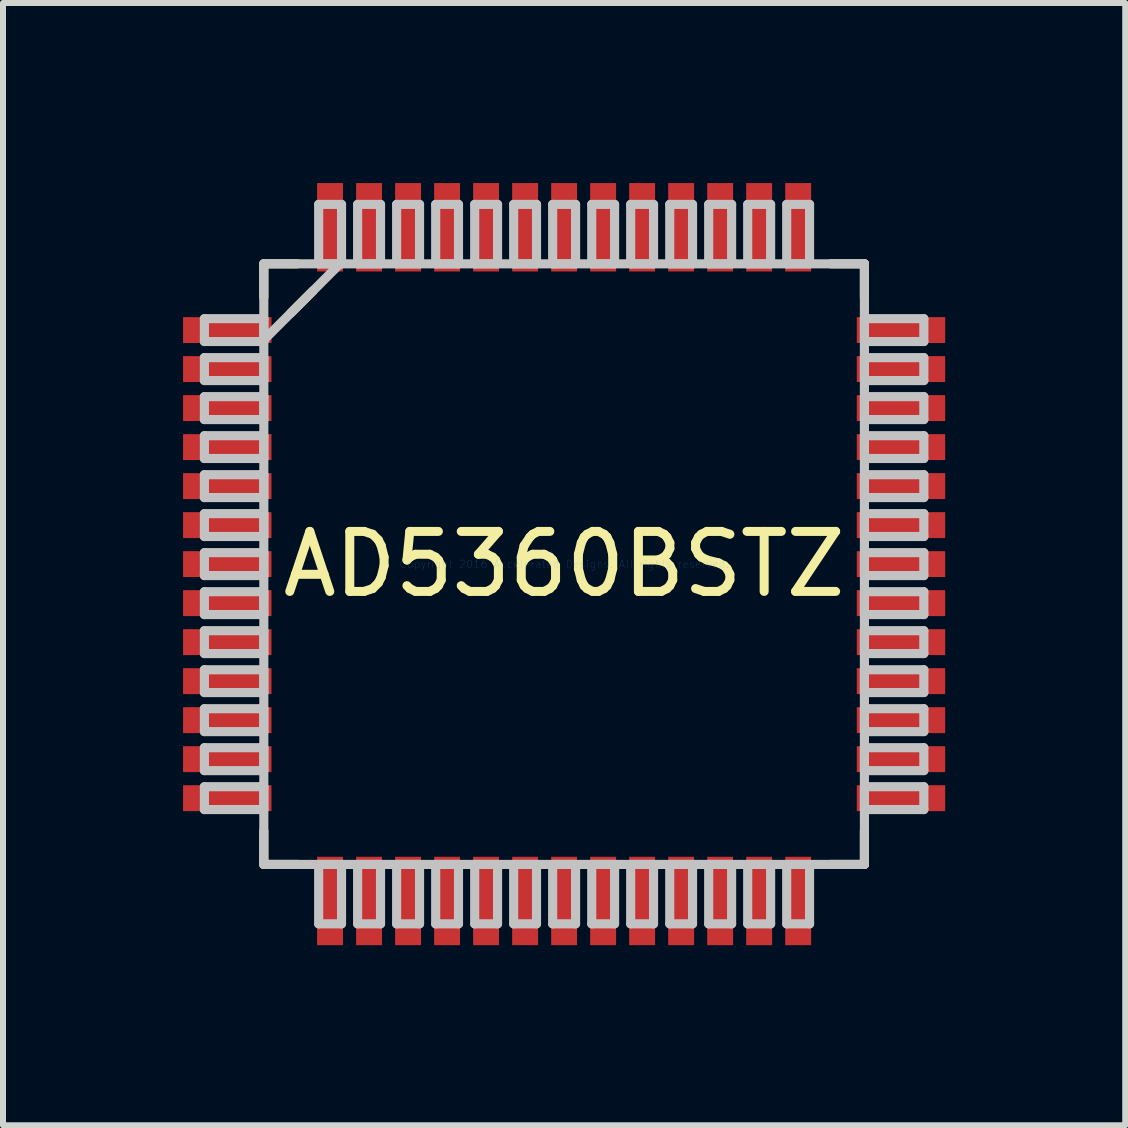
<source format=kicad_pcb>
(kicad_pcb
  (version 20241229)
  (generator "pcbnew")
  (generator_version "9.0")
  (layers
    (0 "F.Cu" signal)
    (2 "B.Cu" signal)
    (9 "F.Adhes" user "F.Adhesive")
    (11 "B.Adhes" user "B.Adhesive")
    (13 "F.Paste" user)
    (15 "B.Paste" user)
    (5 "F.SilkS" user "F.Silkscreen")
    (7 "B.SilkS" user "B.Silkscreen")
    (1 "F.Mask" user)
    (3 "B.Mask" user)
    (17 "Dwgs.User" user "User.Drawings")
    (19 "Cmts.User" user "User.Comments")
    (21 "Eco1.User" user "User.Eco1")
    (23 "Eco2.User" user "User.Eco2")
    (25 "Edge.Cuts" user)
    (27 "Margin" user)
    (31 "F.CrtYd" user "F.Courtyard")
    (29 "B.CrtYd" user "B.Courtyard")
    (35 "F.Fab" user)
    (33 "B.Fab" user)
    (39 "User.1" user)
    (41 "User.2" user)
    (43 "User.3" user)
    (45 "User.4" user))
  (footprint "AD5360BSTZ"
    (layer "F.Cu")
    (at 6.35 6.35)
    (property "Reference" "AD5360BSTZ" (at 0 0 0) (layer "F.SilkS") (effects (font (size 1 1) (thickness 0.15))))
    (attr through_hole)
    (fp_line (start -5.004 -5.004) (end -5.004 -4.446) (stroke (width 0.152) (type solid)) (layer "F.SilkS"))
    (fp_line (start -5.004 4.446) (end -5.004 5.004) (stroke (width 0.152) (type solid)) (layer "F.SilkS"))
    (fp_line (start -5.004 5.004) (end -4.446 5.004) (stroke (width 0.152) (type solid)) (layer "F.SilkS"))
    (fp_line (start -4.554 -4.184) (end -4.184 -4.554) (stroke (width 0.152) (type solid)) (layer "F.SilkS"))
    (fp_line (start -4.446 -5.004) (end -5.004 -5.004) (stroke (width 0.152) (type solid)) (layer "F.SilkS"))
    (fp_line (start 4.446 5.004) (end 5.004 5.004) (stroke (width 0.152) (type solid)) (layer "F.SilkS"))
    (fp_line (start 5.004 -5.004) (end 4.446 -5.004) (stroke (width 0.152) (type solid)) (layer "F.SilkS"))
    (fp_line (start 5.004 -4.446) (end 5.004 -5.004) (stroke (width 0.152) (type solid)) (layer "F.SilkS"))
    (fp_line (start 5.004 5.004) (end 5.004 4.446) (stroke (width 0.152) (type solid)) (layer "F.SilkS"))
    (fp_line (start -5.994 -4.09) (end -5.994 -3.709) (stroke (width 0.152) (type solid)) (layer "Dwgs.User"))
    (fp_line (start -5.994 -3.709) (end -5.004 -3.709) (stroke (width 0.152) (type solid)) (layer "Dwgs.User"))
    (fp_line (start -5.994 -3.441) (end -5.994 -3.059) (stroke (width 0.152) (type solid)) (layer "Dwgs.User"))
    (fp_line (start -5.994 -3.059) (end -5.004 -3.059) (stroke (width 0.152) (type solid)) (layer "Dwgs.User"))
    (fp_line (start -5.994 -2.791) (end -5.994 -2.409) (stroke (width 0.152) (type solid)) (layer "Dwgs.User"))
    (fp_line (start -5.994 -2.409) (end -5.004 -2.409) (stroke (width 0.152) (type solid)) (layer "Dwgs.User"))
    (fp_line (start -5.994 -2.14) (end -5.994 -1.76) (stroke (width 0.152) (type solid)) (layer "Dwgs.User"))
    (fp_line (start -5.994 -1.76) (end -5.004 -1.76) (stroke (width 0.152) (type solid)) (layer "Dwgs.User"))
    (fp_line (start -5.994 -1.49) (end -5.994 -1.109) (stroke (width 0.152) (type solid)) (layer "Dwgs.User"))
    (fp_line (start -5.994 -1.109) (end -5.004 -1.109) (stroke (width 0.152) (type solid)) (layer "Dwgs.User"))
    (fp_line (start -5.994 -0.841) (end -5.994 -0.46) (stroke (width 0.152) (type solid)) (layer "Dwgs.User"))
    (fp_line (start -5.994 -0.46) (end -5.004 -0.46) (stroke (width 0.152) (type solid)) (layer "Dwgs.User"))
    (fp_line (start -5.994 -0.191) (end -5.994 0.191) (stroke (width 0.152) (type solid)) (layer "Dwgs.User"))
    (fp_line (start -5.994 0.191) (end -5.004 0.191) (stroke (width 0.152) (type solid)) (layer "Dwgs.User"))
    (fp_line (start -5.994 0.46) (end -5.994 0.841) (stroke (width 0.152) (type solid)) (layer "Dwgs.User"))
    (fp_line (start -5.994 0.841) (end -5.004 0.841) (stroke (width 0.152) (type solid)) (layer "Dwgs.User"))
    (fp_line (start -5.994 1.109) (end -5.994 1.49) (stroke (width 0.152) (type solid)) (layer "Dwgs.User"))
    (fp_line (start -5.994 1.49) (end -5.004 1.49) (stroke (width 0.152) (type solid)) (layer "Dwgs.User"))
    (fp_line (start -5.994 1.76) (end -5.994 2.14) (stroke (width 0.152) (type solid)) (layer "Dwgs.User"))
    (fp_line (start -5.994 2.14) (end -5.004 2.14) (stroke (width 0.152) (type solid)) (layer "Dwgs.User"))
    (fp_line (start -5.994 2.409) (end -5.994 2.791) (stroke (width 0.152) (type solid)) (layer "Dwgs.User"))
    (fp_line (start -5.994 2.791) (end -5.004 2.791) (stroke (width 0.152) (type solid)) (layer "Dwgs.User"))
    (fp_line (start -5.994 3.059) (end -5.994 3.441) (stroke (width 0.152) (type solid)) (layer "Dwgs.User"))
    (fp_line (start -5.994 3.441) (end -5.004 3.441) (stroke (width 0.152) (type solid)) (layer "Dwgs.User"))
    (fp_line (start -5.994 3.709) (end -5.994 4.09) (stroke (width 0.152) (type solid)) (layer "Dwgs.User"))
    (fp_line (start -5.994 4.09) (end -5.004 4.09) (stroke (width 0.152) (type solid)) (layer "Dwgs.User"))
    (fp_line (start -5.004 -5.004) (end -5.004 5.004) (stroke (width 0.152) (type solid)) (layer "Dwgs.User"))
    (fp_line (start -5.004 -4.09) (end -5.994 -4.09) (stroke (width 0.152) (type solid)) (layer "Dwgs.User"))
    (fp_line (start -5.004 -3.734) (end -3.734 -5.004) (stroke (width 0.152) (type solid)) (layer "Dwgs.User"))
    (fp_line (start -5.004 -3.709) (end -5.004 -4.09) (stroke (width 0.152) (type solid)) (layer "Dwgs.User"))
    (fp_line (start -5.004 -3.441) (end -5.994 -3.441) (stroke (width 0.152) (type solid)) (layer "Dwgs.User"))
    (fp_line (start -5.004 -3.059) (end -5.004 -3.441) (stroke (width 0.152) (type solid)) (layer "Dwgs.User"))
    (fp_line (start -5.004 -2.791) (end -5.994 -2.791) (stroke (width 0.152) (type solid)) (layer "Dwgs.User"))
    (fp_line (start -5.004 -2.409) (end -5.004 -2.791) (stroke (width 0.152) (type solid)) (layer "Dwgs.User"))
    (fp_line (start -5.004 -2.14) (end -5.994 -2.14) (stroke (width 0.152) (type solid)) (layer "Dwgs.User"))
    (fp_line (start -5.004 -1.76) (end -5.004 -2.14) (stroke (width 0.152) (type solid)) (layer "Dwgs.User"))
    (fp_line (start -5.004 -1.49) (end -5.994 -1.49) (stroke (width 0.152) (type solid)) (layer "Dwgs.User"))
    (fp_line (start -5.004 -1.109) (end -5.004 -1.49) (stroke (width 0.152) (type solid)) (layer "Dwgs.User"))
    (fp_line (start -5.004 -0.841) (end -5.994 -0.841) (stroke (width 0.152) (type solid)) (layer "Dwgs.User"))
    (fp_line (start -5.004 -0.46) (end -5.004 -0.841) (stroke (width 0.152) (type solid)) (layer "Dwgs.User"))
    (fp_line (start -5.004 -0.191) (end -5.994 -0.191) (stroke (width 0.152) (type solid)) (layer "Dwgs.User"))
    (fp_line (start -5.004 0.191) (end -5.004 -0.191) (stroke (width 0.152) (type solid)) (layer "Dwgs.User"))
    (fp_line (start -5.004 0.46) (end -5.994 0.46) (stroke (width 0.152) (type solid)) (layer "Dwgs.User"))
    (fp_line (start -5.004 0.841) (end -5.004 0.46) (stroke (width 0.152) (type solid)) (layer "Dwgs.User"))
    (fp_line (start -5.004 1.109) (end -5.994 1.109) (stroke (width 0.152) (type solid)) (layer "Dwgs.User"))
    (fp_line (start -5.004 1.49) (end -5.004 1.109) (stroke (width 0.152) (type solid)) (layer "Dwgs.User"))
    (fp_line (start -5.004 1.76) (end -5.994 1.76) (stroke (width 0.152) (type solid)) (layer "Dwgs.User"))
    (fp_line (start -5.004 2.14) (end -5.004 1.76) (stroke (width 0.152) (type solid)) (layer "Dwgs.User"))
    (fp_line (start -5.004 2.409) (end -5.994 2.409) (stroke (width 0.152) (type solid)) (layer "Dwgs.User"))
    (fp_line (start -5.004 2.791) (end -5.004 2.409) (stroke (width 0.152) (type solid)) (layer "Dwgs.User"))
    (fp_line (start -5.004 3.059) (end -5.994 3.059) (stroke (width 0.152) (type solid)) (layer "Dwgs.User"))
    (fp_line (start -5.004 3.441) (end -5.004 3.059) (stroke (width 0.152) (type solid)) (layer "Dwgs.User"))
    (fp_line (start -5.004 3.709) (end -5.994 3.709) (stroke (width 0.152) (type solid)) (layer "Dwgs.User"))
    (fp_line (start -5.004 4.09) (end -5.004 3.709) (stroke (width 0.152) (type solid)) (layer "Dwgs.User"))
    (fp_line (start -5.004 5.004) (end 5.004 5.004) (stroke (width 0.152) (type solid)) (layer "Dwgs.User"))
    (fp_line (start -4.09 -5.994) (end -4.09 -5.004) (stroke (width 0.152) (type solid)) (layer "Dwgs.User"))
    (fp_line (start -4.09 -5.004) (end -3.709 -5.004) (stroke (width 0.152) (type solid)) (layer "Dwgs.User"))
    (fp_line (start -4.09 5.004) (end -4.09 5.994) (stroke (width 0.152) (type solid)) (layer "Dwgs.User"))
    (fp_line (start -4.09 5.994) (end -3.709 5.994) (stroke (width 0.152) (type solid)) (layer "Dwgs.User"))
    (fp_line (start -3.709 -5.994) (end -4.09 -5.994) (stroke (width 0.152) (type solid)) (layer "Dwgs.User"))
    (fp_line (start -3.709 -5.004) (end -3.709 -5.994) (stroke (width 0.152) (type solid)) (layer "Dwgs.User"))
    (fp_line (start -3.709 5.004) (end -4.09 5.004) (stroke (width 0.152) (type solid)) (layer "Dwgs.User"))
    (fp_line (start -3.709 5.994) (end -3.709 5.004) (stroke (width 0.152) (type solid)) (layer "Dwgs.User"))
    (fp_line (start -3.441 -5.994) (end -3.441 -5.004) (stroke (width 0.152) (type solid)) (layer "Dwgs.User"))
    (fp_line (start -3.441 -5.004) (end -3.059 -5.004) (stroke (width 0.152) (type solid)) (layer "Dwgs.User"))
    (fp_line (start -3.441 5.004) (end -3.441 5.994) (stroke (width 0.152) (type solid)) (layer "Dwgs.User"))
    (fp_line (start -3.441 5.994) (end -3.059 5.994) (stroke (width 0.152) (type solid)) (layer "Dwgs.User"))
    (fp_line (start -3.059 -5.994) (end -3.441 -5.994) (stroke (width 0.152) (type solid)) (layer "Dwgs.User"))
    (fp_line (start -3.059 -5.004) (end -3.059 -5.994) (stroke (width 0.152) (type solid)) (layer "Dwgs.User"))
    (fp_line (start -3.059 5.004) (end -3.441 5.004) (stroke (width 0.152) (type solid)) (layer "Dwgs.User"))
    (fp_line (start -3.059 5.994) (end -3.059 5.004) (stroke (width 0.152) (type solid)) (layer "Dwgs.User"))
    (fp_line (start -2.791 -5.994) (end -2.791 -5.004) (stroke (width 0.152) (type solid)) (layer "Dwgs.User"))
    (fp_line (start -2.791 -5.004) (end -2.409 -5.004) (stroke (width 0.152) (type solid)) (layer "Dwgs.User"))
    (fp_line (start -2.791 5.004) (end -2.791 5.994) (stroke (width 0.152) (type solid)) (layer "Dwgs.User"))
    (fp_line (start -2.791 5.994) (end -2.409 5.994) (stroke (width 0.152) (type solid)) (layer "Dwgs.User"))
    (fp_line (start -2.409 -5.994) (end -2.791 -5.994) (stroke (width 0.152) (type solid)) (layer "Dwgs.User"))
    (fp_line (start -2.409 -5.004) (end -2.409 -5.994) (stroke (width 0.152) (type solid)) (layer "Dwgs.User"))
    (fp_line (start -2.409 5.004) (end -2.791 5.004) (stroke (width 0.152) (type solid)) (layer "Dwgs.User"))
    (fp_line (start -2.409 5.994) (end -2.409 5.004) (stroke (width 0.152) (type solid)) (layer "Dwgs.User"))
    (fp_line (start -2.14 -5.994) (end -2.14 -5.004) (stroke (width 0.152) (type solid)) (layer "Dwgs.User"))
    (fp_line (start -2.14 -5.004) (end -1.76 -5.004) (stroke (width 0.152) (type solid)) (layer "Dwgs.User"))
    (fp_line (start -2.14 5.004) (end -2.14 5.994) (stroke (width 0.152) (type solid)) (layer "Dwgs.User"))
    (fp_line (start -2.14 5.994) (end -1.76 5.994) (stroke (width 0.152) (type solid)) (layer "Dwgs.User"))
    (fp_line (start -1.76 -5.994) (end -2.14 -5.994) (stroke (width 0.152) (type solid)) (layer "Dwgs.User"))
    (fp_line (start -1.76 -5.004) (end -1.76 -5.994) (stroke (width 0.152) (type solid)) (layer "Dwgs.User"))
    (fp_line (start -1.76 5.004) (end -2.14 5.004) (stroke (width 0.152) (type solid)) (layer "Dwgs.User"))
    (fp_line (start -1.76 5.994) (end -1.76 5.004) (stroke (width 0.152) (type solid)) (layer "Dwgs.User"))
    (fp_line (start -1.49 -5.994) (end -1.49 -5.004) (stroke (width 0.152) (type solid)) (layer "Dwgs.User"))
    (fp_line (start -1.49 -5.004) (end -1.109 -5.004) (stroke (width 0.152) (type solid)) (layer "Dwgs.User"))
    (fp_line (start -1.49 5.004) (end -1.49 5.994) (stroke (width 0.152) (type solid)) (layer "Dwgs.User"))
    (fp_line (start -1.49 5.994) (end -1.109 5.994) (stroke (width 0.152) (type solid)) (layer "Dwgs.User"))
    (fp_line (start -1.109 -5.994) (end -1.49 -5.994) (stroke (width 0.152) (type solid)) (layer "Dwgs.User"))
    (fp_line (start -1.109 -5.004) (end -1.109 -5.994) (stroke (width 0.152) (type solid)) (layer "Dwgs.User"))
    (fp_line (start -1.109 5.004) (end -1.49 5.004) (stroke (width 0.152) (type solid)) (layer "Dwgs.User"))
    (fp_line (start -1.109 5.994) (end -1.109 5.004) (stroke (width 0.152) (type solid)) (layer "Dwgs.User"))
    (fp_line (start -0.841 -5.994) (end -0.841 -5.004) (stroke (width 0.152) (type solid)) (layer "Dwgs.User"))
    (fp_line (start -0.841 -5.004) (end -0.46 -5.004) (stroke (width 0.152) (type solid)) (layer "Dwgs.User"))
    (fp_line (start -0.841 5.004) (end -0.841 5.994) (stroke (width 0.152) (type solid)) (layer "Dwgs.User"))
    (fp_line (start -0.841 5.994) (end -0.46 5.994) (stroke (width 0.152) (type solid)) (layer "Dwgs.User"))
    (fp_line (start -0.46 -5.994) (end -0.841 -5.994) (stroke (width 0.152) (type solid)) (layer "Dwgs.User"))
    (fp_line (start -0.46 -5.004) (end -0.46 -5.994) (stroke (width 0.152) (type solid)) (layer "Dwgs.User"))
    (fp_line (start -0.46 5.004) (end -0.841 5.004) (stroke (width 0.152) (type solid)) (layer "Dwgs.User"))
    (fp_line (start -0.46 5.994) (end -0.46 5.004) (stroke (width 0.152) (type solid)) (layer "Dwgs.User"))
    (fp_line (start -0.191 -5.994) (end -0.191 -5.004) (stroke (width 0.152) (type solid)) (layer "Dwgs.User"))
    (fp_line (start -0.191 -5.004) (end 0.191 -5.004) (stroke (width 0.152) (type solid)) (layer "Dwgs.User"))
    (fp_line (start -0.191 5.004) (end -0.191 5.994) (stroke (width 0.152) (type solid)) (layer "Dwgs.User"))
    (fp_line (start -0.191 5.994) (end 0.191 5.994) (stroke (width 0.152) (type solid)) (layer "Dwgs.User"))
    (fp_line (start 0.191 -5.994) (end -0.191 -5.994) (stroke (width 0.152) (type solid)) (layer "Dwgs.User"))
    (fp_line (start 0.191 -5.004) (end 0.191 -5.994) (stroke (width 0.152) (type solid)) (layer "Dwgs.User"))
    (fp_line (start 0.191 5.004) (end -0.191 5.004) (stroke (width 0.152) (type solid)) (layer "Dwgs.User"))
    (fp_line (start 0.191 5.994) (end 0.191 5.004) (stroke (width 0.152) (type solid)) (layer "Dwgs.User"))
    (fp_line (start 0.46 -5.994) (end 0.46 -5.004) (stroke (width 0.152) (type solid)) (layer "Dwgs.User"))
    (fp_line (start 0.46 -5.004) (end 0.841 -5.004) (stroke (width 0.152) (type solid)) (layer "Dwgs.User"))
    (fp_line (start 0.46 5.004) (end 0.46 5.994) (stroke (width 0.152) (type solid)) (layer "Dwgs.User"))
    (fp_line (start 0.46 5.994) (end 0.841 5.994) (stroke (width 0.152) (type solid)) (layer "Dwgs.User"))
    (fp_line (start 0.841 -5.994) (end 0.46 -5.994) (stroke (width 0.152) (type solid)) (layer "Dwgs.User"))
    (fp_line (start 0.841 -5.004) (end 0.841 -5.994) (stroke (width 0.152) (type solid)) (layer "Dwgs.User"))
    (fp_line (start 0.841 5.004) (end 0.46 5.004) (stroke (width 0.152) (type solid)) (layer "Dwgs.User"))
    (fp_line (start 0.841 5.994) (end 0.841 5.004) (stroke (width 0.152) (type solid)) (layer "Dwgs.User"))
    (fp_line (start 1.109 -5.994) (end 1.109 -5.004) (stroke (width 0.152) (type solid)) (layer "Dwgs.User"))
    (fp_line (start 1.109 -5.004) (end 1.49 -5.004) (stroke (width 0.152) (type solid)) (layer "Dwgs.User"))
    (fp_line (start 1.109 5.004) (end 1.109 5.994) (stroke (width 0.152) (type solid)) (layer "Dwgs.User"))
    (fp_line (start 1.109 5.994) (end 1.49 5.994) (stroke (width 0.152) (type solid)) (layer "Dwgs.User"))
    (fp_line (start 1.49 -5.994) (end 1.109 -5.994) (stroke (width 0.152) (type solid)) (layer "Dwgs.User"))
    (fp_line (start 1.49 -5.004) (end 1.49 -5.994) (stroke (width 0.152) (type solid)) (layer "Dwgs.User"))
    (fp_line (start 1.49 5.004) (end 1.109 5.004) (stroke (width 0.152) (type solid)) (layer "Dwgs.User"))
    (fp_line (start 1.49 5.994) (end 1.49 5.004) (stroke (width 0.152) (type solid)) (layer "Dwgs.User"))
    (fp_line (start 1.76 -5.994) (end 1.76 -5.004) (stroke (width 0.152) (type solid)) (layer "Dwgs.User"))
    (fp_line (start 1.76 -5.004) (end 2.14 -5.004) (stroke (width 0.152) (type solid)) (layer "Dwgs.User"))
    (fp_line (start 1.76 5.004) (end 1.76 5.994) (stroke (width 0.152) (type solid)) (layer "Dwgs.User"))
    (fp_line (start 1.76 5.994) (end 2.14 5.994) (stroke (width 0.152) (type solid)) (layer "Dwgs.User"))
    (fp_line (start 2.14 -5.994) (end 1.76 -5.994) (stroke (width 0.152) (type solid)) (layer "Dwgs.User"))
    (fp_line (start 2.14 -5.004) (end 2.14 -5.994) (stroke (width 0.152) (type solid)) (layer "Dwgs.User"))
    (fp_line (start 2.14 5.004) (end 1.76 5.004) (stroke (width 0.152) (type solid)) (layer "Dwgs.User"))
    (fp_line (start 2.14 5.994) (end 2.14 5.004) (stroke (width 0.152) (type solid)) (layer "Dwgs.User"))
    (fp_line (start 2.409 -5.994) (end 2.409 -5.004) (stroke (width 0.152) (type solid)) (layer "Dwgs.User"))
    (fp_line (start 2.409 -5.004) (end 2.791 -5.004) (stroke (width 0.152) (type solid)) (layer "Dwgs.User"))
    (fp_line (start 2.409 5.004) (end 2.409 5.994) (stroke (width 0.152) (type solid)) (layer "Dwgs.User"))
    (fp_line (start 2.409 5.994) (end 2.791 5.994) (stroke (width 0.152) (type solid)) (layer "Dwgs.User"))
    (fp_line (start 2.791 -5.994) (end 2.409 -5.994) (stroke (width 0.152) (type solid)) (layer "Dwgs.User"))
    (fp_line (start 2.791 -5.004) (end 2.791 -5.994) (stroke (width 0.152) (type solid)) (layer "Dwgs.User"))
    (fp_line (start 2.791 5.004) (end 2.409 5.004) (stroke (width 0.152) (type solid)) (layer "Dwgs.User"))
    (fp_line (start 2.791 5.994) (end 2.791 5.004) (stroke (width 0.152) (type solid)) (layer "Dwgs.User"))
    (fp_line (start 3.059 -5.994) (end 3.059 -5.004) (stroke (width 0.152) (type solid)) (layer "Dwgs.User"))
    (fp_line (start 3.059 -5.004) (end 3.441 -5.004) (stroke (width 0.152) (type solid)) (layer "Dwgs.User"))
    (fp_line (start 3.059 5.004) (end 3.059 5.994) (stroke (width 0.152) (type solid)) (layer "Dwgs.User"))
    (fp_line (start 3.059 5.994) (end 3.441 5.994) (stroke (width 0.152) (type solid)) (layer "Dwgs.User"))
    (fp_line (start 3.441 -5.994) (end 3.059 -5.994) (stroke (width 0.152) (type solid)) (layer "Dwgs.User"))
    (fp_line (start 3.441 -5.004) (end 3.441 -5.994) (stroke (width 0.152) (type solid)) (layer "Dwgs.User"))
    (fp_line (start 3.441 5.004) (end 3.059 5.004) (stroke (width 0.152) (type solid)) (layer "Dwgs.User"))
    (fp_line (start 3.441 5.994) (end 3.441 5.004) (stroke (width 0.152) (type solid)) (layer "Dwgs.User"))
    (fp_line (start 3.709 -5.994) (end 3.709 -5.004) (stroke (width 0.152) (type solid)) (layer "Dwgs.User"))
    (fp_line (start 3.709 -5.004) (end 4.09 -5.004) (stroke (width 0.152) (type solid)) (layer "Dwgs.User"))
    (fp_line (start 3.709 5.004) (end 3.709 5.994) (stroke (width 0.152) (type solid)) (layer "Dwgs.User"))
    (fp_line (start 3.709 5.994) (end 4.09 5.994) (stroke (width 0.152) (type solid)) (layer "Dwgs.User"))
    (fp_line (start 4.09 -5.994) (end 3.709 -5.994) (stroke (width 0.152) (type solid)) (layer "Dwgs.User"))
    (fp_line (start 4.09 -5.004) (end 4.09 -5.994) (stroke (width 0.152) (type solid)) (layer "Dwgs.User"))
    (fp_line (start 4.09 5.004) (end 3.709 5.004) (stroke (width 0.152) (type solid)) (layer "Dwgs.User"))
    (fp_line (start 4.09 5.994) (end 4.09 5.004) (stroke (width 0.152) (type solid)) (layer "Dwgs.User"))
    (fp_line (start 5.004 -5.004) (end -5.004 -5.004) (stroke (width 0.152) (type solid)) (layer "Dwgs.User"))
    (fp_line (start 5.004 -4.09) (end 5.004 -3.709) (stroke (width 0.152) (type solid)) (layer "Dwgs.User"))
    (fp_line (start 5.004 -3.709) (end 5.994 -3.709) (stroke (width 0.152) (type solid)) (layer "Dwgs.User"))
    (fp_line (start 5.004 -3.441) (end 5.004 -3.059) (stroke (width 0.152) (type solid)) (layer "Dwgs.User"))
    (fp_line (start 5.004 -3.059) (end 5.994 -3.059) (stroke (width 0.152) (type solid)) (layer "Dwgs.User"))
    (fp_line (start 5.004 -2.791) (end 5.004 -2.409) (stroke (width 0.152) (type solid)) (layer "Dwgs.User"))
    (fp_line (start 5.004 -2.409) (end 5.994 -2.409) (stroke (width 0.152) (type solid)) (layer "Dwgs.User"))
    (fp_line (start 5.004 -2.14) (end 5.004 -1.76) (stroke (width 0.152) (type solid)) (layer "Dwgs.User"))
    (fp_line (start 5.004 -1.76) (end 5.994 -1.76) (stroke (width 0.152) (type solid)) (layer "Dwgs.User"))
    (fp_line (start 5.004 -1.49) (end 5.004 -1.109) (stroke (width 0.152) (type solid)) (layer "Dwgs.User"))
    (fp_line (start 5.004 -1.109) (end 5.994 -1.109) (stroke (width 0.152) (type solid)) (layer "Dwgs.User"))
    (fp_line (start 5.004 -0.841) (end 5.004 -0.46) (stroke (width 0.152) (type solid)) (layer "Dwgs.User"))
    (fp_line (start 5.004 -0.46) (end 5.994 -0.46) (stroke (width 0.152) (type solid)) (layer "Dwgs.User"))
    (fp_line (start 5.004 -0.191) (end 5.004 0.191) (stroke (width 0.152) (type solid)) (layer "Dwgs.User"))
    (fp_line (start 5.004 0.191) (end 5.994 0.191) (stroke (width 0.152) (type solid)) (layer "Dwgs.User"))
    (fp_line (start 5.004 0.46) (end 5.004 0.841) (stroke (width 0.152) (type solid)) (layer "Dwgs.User"))
    (fp_line (start 5.004 0.841) (end 5.994 0.841) (stroke (width 0.152) (type solid)) (layer "Dwgs.User"))
    (fp_line (start 5.004 1.109) (end 5.004 1.49) (stroke (width 0.152) (type solid)) (layer "Dwgs.User"))
    (fp_line (start 5.004 1.49) (end 5.994 1.49) (stroke (width 0.152) (type solid)) (layer "Dwgs.User"))
    (fp_line (start 5.004 1.76) (end 5.004 2.14) (stroke (width 0.152) (type solid)) (layer "Dwgs.User"))
    (fp_line (start 5.004 2.14) (end 5.994 2.14) (stroke (width 0.152) (type solid)) (layer "Dwgs.User"))
    (fp_line (start 5.004 2.409) (end 5.004 2.791) (stroke (width 0.152) (type solid)) (layer "Dwgs.User"))
    (fp_line (start 5.004 2.791) (end 5.994 2.791) (stroke (width 0.152) (type solid)) (layer "Dwgs.User"))
    (fp_line (start 5.004 3.059) (end 5.004 3.441) (stroke (width 0.152) (type solid)) (layer "Dwgs.User"))
    (fp_line (start 5.004 3.441) (end 5.994 3.441) (stroke (width 0.152) (type solid)) (layer "Dwgs.User"))
    (fp_line (start 5.004 3.709) (end 5.004 4.09) (stroke (width 0.152) (type solid)) (layer "Dwgs.User"))
    (fp_line (start 5.004 4.09) (end 5.994 4.09) (stroke (width 0.152) (type solid)) (layer "Dwgs.User"))
    (fp_line (start 5.004 5.004) (end 5.004 -5.004) (stroke (width 0.152) (type solid)) (layer "Dwgs.User"))
    (fp_line (start 5.994 -4.09) (end 5.004 -4.09) (stroke (width 0.152) (type solid)) (layer "Dwgs.User"))
    (fp_line (start 5.994 -3.709) (end 5.994 -4.09) (stroke (width 0.152) (type solid)) (layer "Dwgs.User"))
    (fp_line (start 5.994 -3.441) (end 5.004 -3.441) (stroke (width 0.152) (type solid)) (layer "Dwgs.User"))
    (fp_line (start 5.994 -3.059) (end 5.994 -3.441) (stroke (width 0.152) (type solid)) (layer "Dwgs.User"))
    (fp_line (start 5.994 -2.791) (end 5.004 -2.791) (stroke (width 0.152) (type solid)) (layer "Dwgs.User"))
    (fp_line (start 5.994 -2.409) (end 5.994 -2.791) (stroke (width 0.152) (type solid)) (layer "Dwgs.User"))
    (fp_line (start 5.994 -2.14) (end 5.004 -2.14) (stroke (width 0.152) (type solid)) (layer "Dwgs.User"))
    (fp_line (start 5.994 -1.76) (end 5.994 -2.14) (stroke (width 0.152) (type solid)) (layer "Dwgs.User"))
    (fp_line (start 5.994 -1.49) (end 5.004 -1.49) (stroke (width 0.152) (type solid)) (layer "Dwgs.User"))
    (fp_line (start 5.994 -1.109) (end 5.994 -1.49) (stroke (width 0.152) (type solid)) (layer "Dwgs.User"))
    (fp_line (start 5.994 -0.841) (end 5.004 -0.841) (stroke (width 0.152) (type solid)) (layer "Dwgs.User"))
    (fp_line (start 5.994 -0.46) (end 5.994 -0.841) (stroke (width 0.152) (type solid)) (layer "Dwgs.User"))
    (fp_line (start 5.994 -0.191) (end 5.004 -0.191) (stroke (width 0.152) (type solid)) (layer "Dwgs.User"))
    (fp_line (start 5.994 0.191) (end 5.994 -0.191) (stroke (width 0.152) (type solid)) (layer "Dwgs.User"))
    (fp_line (start 5.994 0.46) (end 5.004 0.46) (stroke (width 0.152) (type solid)) (layer "Dwgs.User"))
    (fp_line (start 5.994 0.841) (end 5.994 0.46) (stroke (width 0.152) (type solid)) (layer "Dwgs.User"))
    (fp_line (start 5.994 1.109) (end 5.004 1.109) (stroke (width 0.152) (type solid)) (layer "Dwgs.User"))
    (fp_line (start 5.994 1.49) (end 5.994 1.109) (stroke (width 0.152) (type solid)) (layer "Dwgs.User"))
    (fp_line (start 5.994 1.76) (end 5.004 1.76) (stroke (width 0.152) (type solid)) (layer "Dwgs.User"))
    (fp_line (start 5.994 2.14) (end 5.994 1.76) (stroke (width 0.152) (type solid)) (layer "Dwgs.User"))
    (fp_line (start 5.994 2.409) (end 5.004 2.409) (stroke (width 0.152) (type solid)) (layer "Dwgs.User"))
    (fp_line (start 5.994 2.791) (end 5.994 2.409) (stroke (width 0.152) (type solid)) (layer "Dwgs.User"))
    (fp_line (start 5.994 3.059) (end 5.004 3.059) (stroke (width 0.152) (type solid)) (layer "Dwgs.User"))
    (fp_line (start 5.994 3.441) (end 5.994 3.059) (stroke (width 0.152) (type solid)) (layer "Dwgs.User"))
    (fp_line (start 5.994 3.709) (end 5.004 3.709) (stroke (width 0.152) (type solid)) (layer "Dwgs.User"))
    (fp_line (start 5.994 4.09) (end 5.994 3.709) (stroke (width 0.152) (type solid)) (layer "Dwgs.User"))
    (fp_text user "Copyright 2016 Accelerated Designs. All rights reserved." (at 0 0 0) (layer "Cmts.User") (effects (font (size 0.127 0.127) (thickness 0.002))))
    (pad "1" smd rect (at -5.613 -3.9 90) (size 0.432 1.473) (layers "F.Cu"))
    (pad "2" smd rect (at -5.613 -3.25 90) (size 0.432 1.473) (layers "F.Cu"))
    (pad "3" smd rect (at -5.613 -2.6 90) (size 0.432 1.473) (layers "F.Cu"))
    (pad "4" smd rect (at -5.613 -1.95 90) (size 0.432 1.473) (layers "F.Cu"))
    (pad "5" smd rect (at -5.613 -1.3 90) (size 0.432 1.473) (layers "F.Cu"))
    (pad "6" smd rect (at -5.613 -0.65 90) (size 0.432 1.473) (layers "F.Cu"))
    (pad "7" smd rect (at -5.613 0 90) (size 0.432 1.473) (layers "F.Cu"))
    (pad "8" smd rect (at -5.613 0.65 90) (size 0.432 1.473) (layers "F.Cu"))
    (pad "9" smd rect (at -5.613 1.3 90) (size 0.432 1.473) (layers "F.Cu"))
    (pad "10" smd rect (at -5.613 1.95 90) (size 0.432 1.473) (layers "F.Cu"))
    (pad "11" smd rect (at -5.613 2.6 90) (size 0.432 1.473) (layers "F.Cu"))
    (pad "12" smd rect (at -5.613 3.25 90) (size 0.432 1.473) (layers "F.Cu"))
    (pad "13" smd rect (at -5.613 3.9 90) (size 0.432 1.473) (layers "F.Cu"))
    (pad "14" smd rect (at -3.9 5.613) (size 0.432 1.473) (layers "F.Cu"))
    (pad "15" smd rect (at -3.25 5.613) (size 0.432 1.473) (layers "F.Cu"))
    (pad "16" smd rect (at -2.6 5.613) (size 0.432 1.473) (layers "F.Cu"))
    (pad "17" smd rect (at -1.95 5.613) (size 0.432 1.473) (layers "F.Cu"))
    (pad "18" smd rect (at -1.3 5.613) (size 0.432 1.473) (layers "F.Cu"))
    (pad "19" smd rect (at -0.65 5.613) (size 0.432 1.473) (layers "F.Cu"))
    (pad "20" smd rect (at 0 5.613) (size 0.432 1.473) (layers "F.Cu"))
    (pad "21" smd rect (at 0.65 5.613) (size 0.432 1.473) (layers "F.Cu"))
    (pad "22" smd rect (at 1.3 5.613) (size 0.432 1.473) (layers "F.Cu"))
    (pad "23" smd rect (at 1.95 5.613) (size 0.432 1.473) (layers "F.Cu"))
    (pad "24" smd rect (at 2.6 5.613) (size 0.432 1.473) (layers "F.Cu"))
    (pad "25" smd rect (at 3.25 5.613) (size 0.432 1.473) (layers "F.Cu"))
    (pad "26" smd rect (at 3.9 5.613) (size 0.432 1.473) (layers "F.Cu"))
    (pad "27" smd rect (at 5.613 3.9 90) (size 0.432 1.473) (layers "F.Cu"))
    (pad "28" smd rect (at 5.613 3.25 90) (size 0.432 1.473) (layers "F.Cu"))
    (pad "29" smd rect (at 5.613 2.6 90) (size 0.432 1.473) (layers "F.Cu"))
    (pad "30" smd rect (at 5.613 1.95 90) (size 0.432 1.473) (layers "F.Cu"))
    (pad "31" smd rect (at 5.613 1.3 90) (size 0.432 1.473) (layers "F.Cu"))
    (pad "32" smd rect (at 5.613 0.65 90) (size 0.432 1.473) (layers "F.Cu"))
    (pad "33" smd rect (at 5.613 0 90) (size 0.432 1.473) (layers "F.Cu"))
    (pad "34" smd rect (at 5.613 -0.65 90) (size 0.432 1.473) (layers "F.Cu"))
    (pad "35" smd rect (at 5.613 -1.3 90) (size 0.432 1.473) (layers "F.Cu"))
    (pad "36" smd rect (at 5.613 -1.95 90) (size 0.432 1.473) (layers "F.Cu"))
    (pad "37" smd rect (at 5.613 -2.6 90) (size 0.432 1.473) (layers "F.Cu"))
    (pad "38" smd rect (at 5.613 -3.25 90) (size 0.432 1.473) (layers "F.Cu"))
    (pad "39" smd rect (at 5.613 -3.9 90) (size 0.432 1.473) (layers "F.Cu"))
    (pad "40" smd rect (at 3.9 -5.613) (size 0.432 1.473) (layers "F.Cu"))
    (pad "41" smd rect (at 3.25 -5.613) (size 0.432 1.473) (layers "F.Cu"))
    (pad "42" smd rect (at 2.6 -5.613) (size 0.432 1.473) (layers "F.Cu"))
    (pad "43" smd rect (at 1.95 -5.613) (size 0.432 1.473) (layers "F.Cu"))
    (pad "44" smd rect (at 1.3 -5.613) (size 0.432 1.473) (layers "F.Cu"))
    (pad "45" smd rect (at 0.65 -5.613) (size 0.432 1.473) (layers "F.Cu"))
    (pad "46" smd rect (at 0 -5.613) (size 0.432 1.473) (layers "F.Cu"))
    (pad "47" smd rect (at -0.65 -5.613) (size 0.432 1.473) (layers "F.Cu"))
    (pad "48" smd rect (at -1.3 -5.613) (size 0.432 1.473) (layers "F.Cu"))
    (pad "49" smd rect (at -1.95 -5.613) (size 0.432 1.473) (layers "F.Cu"))
    (pad "50" smd rect (at -2.6 -5.613) (size 0.432 1.473) (layers "F.Cu"))
    (pad "51" smd rect (at -3.25 -5.613) (size 0.432 1.473) (layers "F.Cu"))
    (pad "52" smd rect (at -3.9 -5.613) (size 0.432 1.473) (layers "F.Cu")))
  (gr_rect
    (start -3 -3)
    (end 15.7 15.7)
    (stroke (width 0.1) (type default))
    (fill no)
    (layer "Edge.Cuts")))
</source>
